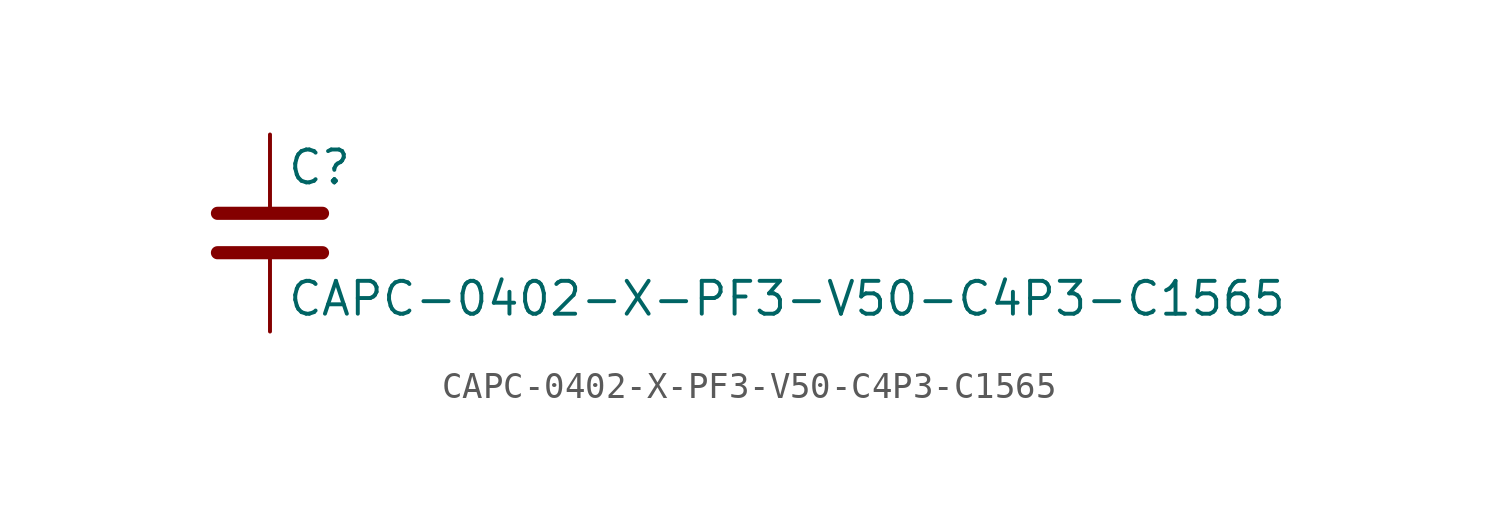
<source format=kicad_sym>
(kicad_symbol_lib
  (version 20211014)
  (generator kicad_symbol_editor)
  (symbol "CAPC-0402-X-PF3-V50-C4P3-C1565"
    (pin_numbers hide)
    (pin_names
      (offset 0.254))
    (property "Reference" "C"
      (at 0.635 2.54 0)
      (effects (font (size 1.27 1.27)) (justify left)))
    (property "Value" "CAPC-0402-X-PF3-V50-C4P3-C1565"
      (at 0.635 -2.54 0)
      (effects (font (size 1.27 1.27)) (justify left)))
    (symbol "CAPC-0402-X-PF3-V50-C4P3-C1565_0_1"
      (polyline (pts (xy -2.032 -0.762) (xy 2.032 -0.762)) (stroke (width 0.508) (type default) (color 0 0 0 0)) (fill (type none)))
      (polyline (pts (xy -2.032 0.762) (xy 2.032 0.762)) (stroke (width 0.508) (type default) (color 0 0 0 0)) (fill (type none))))
    (symbol "CAPC-0402-X-PF3-V50-C4P3-C1565_1_1"
      (pin passive line (at 0 3.81 270) (length 2.794) (name "~" (effects (font (size 1.27 1.27)))) (number "1" (effects (font (size 1.27 1.27)))))
      (pin passive line (at 0 -3.81 90) (length 2.794) (name "~" (effects (font (size 1.27 1.27)))) (number "2" (effects (font (size 1.27 1.27))))))))
</source>
